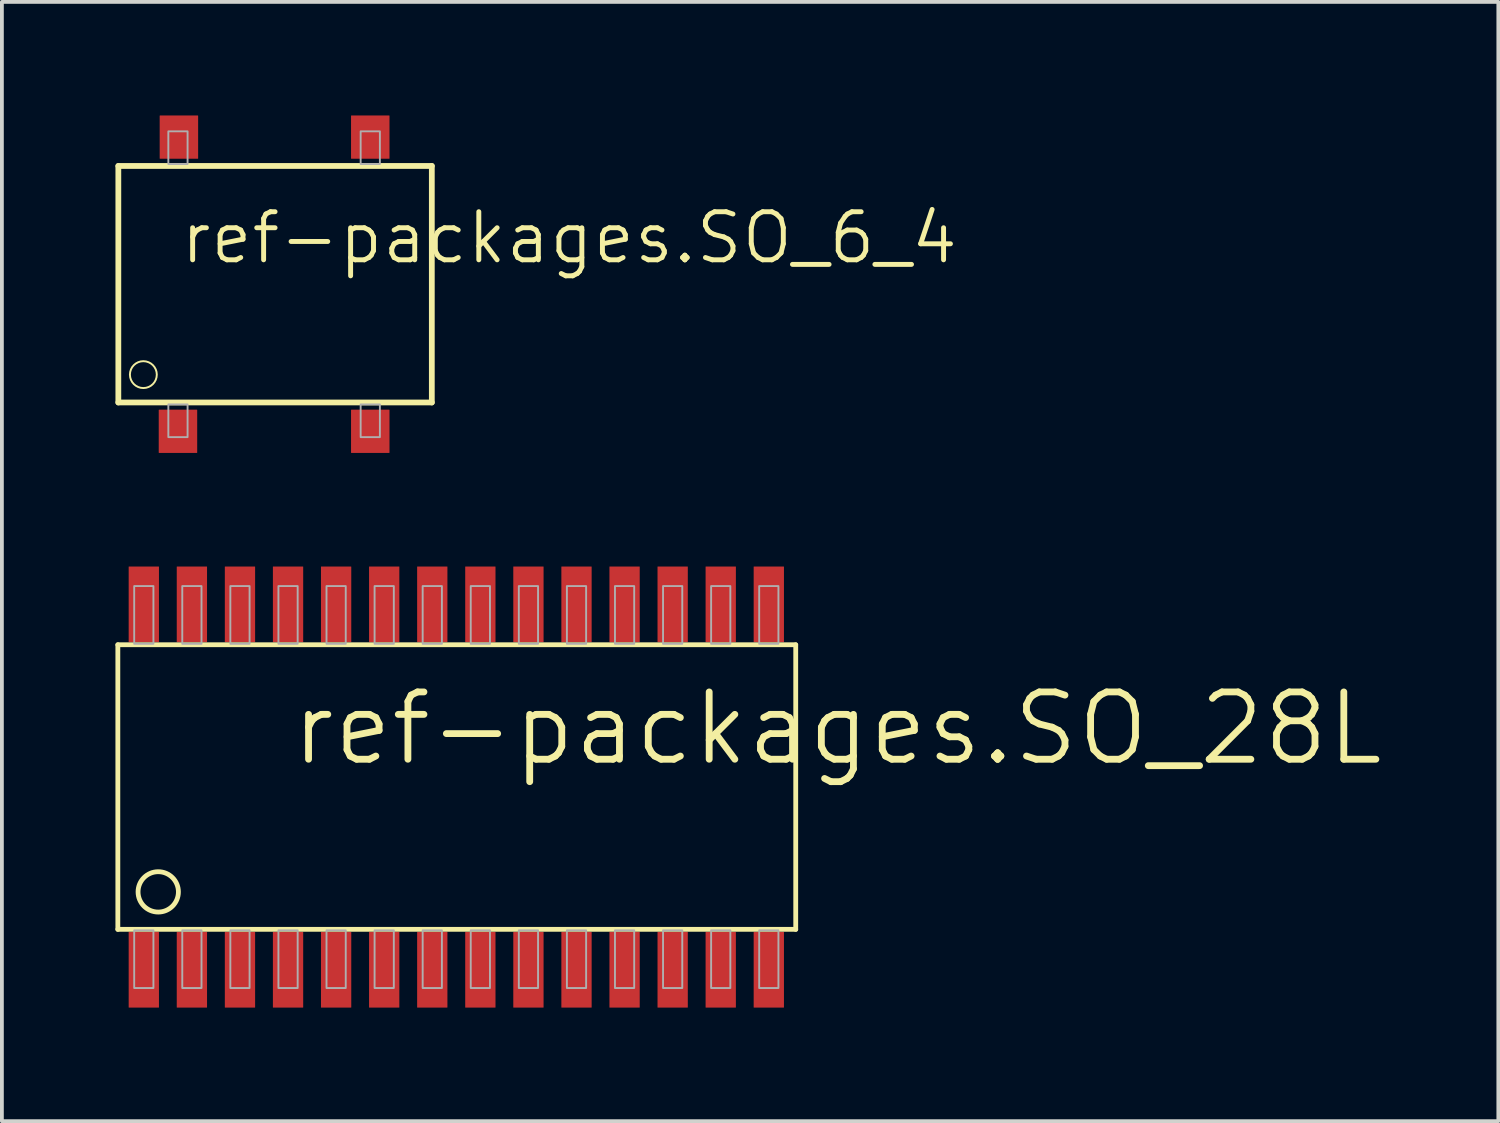
<source format=kicad_pcb>
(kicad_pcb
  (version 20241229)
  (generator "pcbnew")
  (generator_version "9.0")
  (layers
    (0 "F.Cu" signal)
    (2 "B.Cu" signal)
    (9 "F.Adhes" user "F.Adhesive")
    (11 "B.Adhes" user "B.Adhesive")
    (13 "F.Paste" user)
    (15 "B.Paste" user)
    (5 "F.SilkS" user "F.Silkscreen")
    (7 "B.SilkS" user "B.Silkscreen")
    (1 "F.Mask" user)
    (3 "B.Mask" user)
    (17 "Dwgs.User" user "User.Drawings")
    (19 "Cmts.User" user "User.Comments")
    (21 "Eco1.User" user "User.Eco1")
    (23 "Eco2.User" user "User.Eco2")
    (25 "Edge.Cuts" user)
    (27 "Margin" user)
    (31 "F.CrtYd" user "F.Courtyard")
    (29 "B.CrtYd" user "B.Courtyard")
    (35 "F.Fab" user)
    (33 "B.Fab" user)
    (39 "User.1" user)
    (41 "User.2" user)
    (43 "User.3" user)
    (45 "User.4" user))
  (footprint "ref-packages.SO_6_4"
    (layer "F.Cu")
    (at 4.191 4.458)
    (property "Reference" "ref-packages.SO_6_4" (at -2.54 -0.483 0) (layer "F.SilkS") (effects (font (size 1.27 1.27) (thickness 0.13)) (justify left bottom)))
    (attr smd)
    (fp_line (start -4.115 -3.124) (end -4.115 3.124) (stroke (width 0.152) (type default)) (layer "F.SilkS"))
    (fp_line (start -4.115 3.124) (end 4.166 3.124) (stroke (width 0.152) (type default)) (layer "F.SilkS"))
    (fp_line (start 4.166 -3.124) (end -4.115 -3.124) (stroke (width 0.152) (type default)) (layer "F.SilkS"))
    (fp_line (start 4.166 3.124) (end 4.166 -3.124) (stroke (width 0.152) (type default)) (layer "F.SilkS"))
    (fp_circle (center -3.454 2.388) (end -3.099 2.388) (stroke (width 0.051) (type default)) (fill no) (layer "F.SilkS"))
    (fp_rect (start -2.794 -3.175) (end -2.286 -4.039) (stroke (width 0.05) (type default)) (fill no) (layer "F.Fab"))
    (fp_rect (start -2.794 4.039) (end -2.286 3.175) (stroke (width 0.05) (type default)) (fill no) (layer "F.Fab"))
    (fp_rect (start 2.286 -3.175) (end 2.794 -4.039) (stroke (width 0.05) (type default)) (fill no) (layer "F.Fab"))
    (fp_rect (start 2.286 4.039) (end 2.794 3.175) (stroke (width 0.05) (type default)) (fill no) (layer "F.Fab"))
    (pad "1" smd roundrect (at -2.54 3.886) (size 1.016 1.143) (layers "F.Cu" "F.Mask" "F.Paste") (roundrect_rratio 0.01))
    (pad "2" smd roundrect (at 2.54 3.886) (size 1.016 1.143) (layers "F.Cu" "F.Mask" "F.Paste") (roundrect_rratio 0.01))
    (pad "3" smd roundrect (at 2.54 -3.886) (size 1.016 1.143) (layers "F.Cu" "F.Mask" "F.Paste") (roundrect_rratio 0.01))
    (pad "4" smd roundrect (at -2.515 -3.886) (size 1.016 1.143) (layers "F.Cu" "F.Mask" "F.Paste") (roundrect_rratio 0.01)))
  (footprint "ref-packages.SO_28L"
    (layer "F.Cu")
    (at 9.004 17.741)
    (property "Reference" "ref-packages.SO_28L" (at -4.445 -0.508 0) (layer "F.SilkS") (effects (font (size 1.778 1.778) (thickness 0.18)) (justify left bottom)))
    (attr smd)
    (fp_line (start -8.941 -3.759) (end -8.941 3.759) (stroke (width 0.127) (type default)) (layer "F.SilkS"))
    (fp_line (start -8.941 3.759) (end 8.966 3.759) (stroke (width 0.127) (type default)) (layer "F.SilkS"))
    (fp_line (start 8.966 -3.759) (end -8.941 -3.759) (stroke (width 0.127) (type default)) (layer "F.SilkS"))
    (fp_line (start 8.966 3.759) (end 8.966 -3.759) (stroke (width 0.127) (type default)) (layer "F.SilkS"))
    (fp_circle (center -7.874 2.769) (end -7.341 2.769) (stroke (width 0.127) (type default)) (fill no) (layer "F.SilkS"))
    (fp_rect (start -8.509 -3.785) (end -8.001 -5.309) (stroke (width 0.05) (type default)) (fill no) (layer "F.Fab"))
    (fp_rect (start -8.509 5.309) (end -8.001 3.785) (stroke (width 0.05) (type default)) (fill no) (layer "F.Fab"))
    (fp_rect (start -7.239 -3.785) (end -6.731 -5.309) (stroke (width 0.05) (type default)) (fill no) (layer "F.Fab"))
    (fp_rect (start -7.239 5.309) (end -6.731 3.785) (stroke (width 0.05) (type default)) (fill no) (layer "F.Fab"))
    (fp_rect (start -5.969 -3.785) (end -5.461 -5.309) (stroke (width 0.05) (type default)) (fill no) (layer "F.Fab"))
    (fp_rect (start -5.969 5.309) (end -5.461 3.785) (stroke (width 0.05) (type default)) (fill no) (layer "F.Fab"))
    (fp_rect (start -4.699 -3.785) (end -4.191 -5.309) (stroke (width 0.05) (type default)) (fill no) (layer "F.Fab"))
    (fp_rect (start -4.699 5.309) (end -4.191 3.785) (stroke (width 0.05) (type default)) (fill no) (layer "F.Fab"))
    (fp_rect (start -3.429 -3.785) (end -2.921 -5.309) (stroke (width 0.05) (type default)) (fill no) (layer "F.Fab"))
    (fp_rect (start -3.429 5.309) (end -2.921 3.785) (stroke (width 0.05) (type default)) (fill no) (layer "F.Fab"))
    (fp_rect (start -2.159 -3.785) (end -1.651 -5.309) (stroke (width 0.05) (type default)) (fill no) (layer "F.Fab"))
    (fp_rect (start -2.159 5.309) (end -1.651 3.785) (stroke (width 0.05) (type default)) (fill no) (layer "F.Fab"))
    (fp_rect (start -0.889 -3.785) (end -0.381 -5.309) (stroke (width 0.05) (type default)) (fill no) (layer "F.Fab"))
    (fp_rect (start -0.889 5.309) (end -0.381 3.785) (stroke (width 0.05) (type default)) (fill no) (layer "F.Fab"))
    (fp_rect (start 0.381 -3.785) (end 0.889 -5.309) (stroke (width 0.05) (type default)) (fill no) (layer "F.Fab"))
    (fp_rect (start 0.381 5.309) (end 0.889 3.785) (stroke (width 0.05) (type default)) (fill no) (layer "F.Fab"))
    (fp_rect (start 1.651 -3.785) (end 2.159 -5.309) (stroke (width 0.05) (type default)) (fill no) (layer "F.Fab"))
    (fp_rect (start 1.651 5.309) (end 2.159 3.785) (stroke (width 0.05) (type default)) (fill no) (layer "F.Fab"))
    (fp_rect (start 2.921 -3.785) (end 3.429 -5.309) (stroke (width 0.05) (type default)) (fill no) (layer "F.Fab"))
    (fp_rect (start 2.921 5.309) (end 3.429 3.785) (stroke (width 0.05) (type default)) (fill no) (layer "F.Fab"))
    (fp_rect (start 4.191 -3.785) (end 4.699 -5.309) (stroke (width 0.05) (type default)) (fill no) (layer "F.Fab"))
    (fp_rect (start 4.191 5.309) (end 4.699 3.785) (stroke (width 0.05) (type default)) (fill no) (layer "F.Fab"))
    (fp_rect (start 5.461 -3.785) (end 5.969 -5.309) (stroke (width 0.05) (type default)) (fill no) (layer "F.Fab"))
    (fp_rect (start 5.461 5.309) (end 5.969 3.785) (stroke (width 0.05) (type default)) (fill no) (layer "F.Fab"))
    (fp_rect (start 6.731 -3.785) (end 7.239 -5.309) (stroke (width 0.05) (type default)) (fill no) (layer "F.Fab"))
    (fp_rect (start 6.731 5.309) (end 7.239 3.785) (stroke (width 0.05) (type default)) (fill no) (layer "F.Fab"))
    (fp_rect (start 8.001 -3.785) (end 8.509 -5.309) (stroke (width 0.05) (type default)) (fill no) (layer "F.Fab"))
    (fp_rect (start 8.001 5.309) (end 8.509 3.785) (stroke (width 0.05) (type default)) (fill no) (layer "F.Fab"))
    (pad "1" smd roundrect (at -8.255 4.826) (size 0.8 2) (layers "F.Cu" "F.Mask" "F.Paste") (roundrect_rratio 0.01))
    (pad "2" smd roundrect (at -6.985 4.826) (size 0.8 2) (layers "F.Cu" "F.Mask" "F.Paste") (roundrect_rratio 0.01))
    (pad "3" smd roundrect (at -5.715 4.826) (size 0.8 2) (layers "F.Cu" "F.Mask" "F.Paste") (roundrect_rratio 0.01))
    (pad "4" smd roundrect (at -4.445 4.826) (size 0.8 2) (layers "F.Cu" "F.Mask" "F.Paste") (roundrect_rratio 0.01))
    (pad "5" smd roundrect (at -3.175 4.826) (size 0.8 2) (layers "F.Cu" "F.Mask" "F.Paste") (roundrect_rratio 0.01))
    (pad "6" smd roundrect (at -1.905 4.826) (size 0.8 2) (layers "F.Cu" "F.Mask" "F.Paste") (roundrect_rratio 0.01))
    (pad "7" smd roundrect (at -0.635 4.826) (size 0.8 2) (layers "F.Cu" "F.Mask" "F.Paste") (roundrect_rratio 0.01))
    (pad "8" smd roundrect (at 0.635 4.826) (size 0.8 2) (layers "F.Cu" "F.Mask" "F.Paste") (roundrect_rratio 0.01))
    (pad "9" smd roundrect (at 1.905 4.826) (size 0.8 2) (layers "F.Cu" "F.Mask" "F.Paste") (roundrect_rratio 0.01))
    (pad "10" smd roundrect (at 3.175 4.826) (size 0.8 2) (layers "F.Cu" "F.Mask" "F.Paste") (roundrect_rratio 0.01))
    (pad "11" smd roundrect (at 4.445 4.826) (size 0.8 2) (layers "F.Cu" "F.Mask" "F.Paste") (roundrect_rratio 0.01))
    (pad "12" smd roundrect (at 5.715 4.826) (size 0.8 2) (layers "F.Cu" "F.Mask" "F.Paste") (roundrect_rratio 0.01))
    (pad "13" smd roundrect (at 6.985 4.826) (size 0.8 2) (layers "F.Cu" "F.Mask" "F.Paste") (roundrect_rratio 0.01))
    (pad "14" smd roundrect (at 8.255 4.826) (size 0.8 2) (layers "F.Cu" "F.Mask" "F.Paste") (roundrect_rratio 0.01))
    (pad "15" smd roundrect (at 8.255 -4.826) (size 0.8 2) (layers "F.Cu" "F.Mask" "F.Paste") (roundrect_rratio 0.01))
    (pad "16" smd roundrect (at 6.985 -4.826) (size 0.8 2) (layers "F.Cu" "F.Mask" "F.Paste") (roundrect_rratio 0.01))
    (pad "17" smd roundrect (at 5.715 -4.826) (size 0.8 2) (layers "F.Cu" "F.Mask" "F.Paste") (roundrect_rratio 0.01))
    (pad "18" smd roundrect (at 4.445 -4.826) (size 0.8 2) (layers "F.Cu" "F.Mask" "F.Paste") (roundrect_rratio 0.01))
    (pad "19" smd roundrect (at 3.175 -4.826) (size 0.8 2) (layers "F.Cu" "F.Mask" "F.Paste") (roundrect_rratio 0.01))
    (pad "20" smd roundrect (at 1.905 -4.826) (size 0.8 2) (layers "F.Cu" "F.Mask" "F.Paste") (roundrect_rratio 0.01))
    (pad "21" smd roundrect (at 0.635 -4.826) (size 0.8 2) (layers "F.Cu" "F.Mask" "F.Paste") (roundrect_rratio 0.01))
    (pad "22" smd roundrect (at -0.635 -4.826) (size 0.8 2) (layers "F.Cu" "F.Mask" "F.Paste") (roundrect_rratio 0.01))
    (pad "23" smd roundrect (at -1.905 -4.826) (size 0.8 2) (layers "F.Cu" "F.Mask" "F.Paste") (roundrect_rratio 0.01))
    (pad "24" smd roundrect (at -3.175 -4.826) (size 0.8 2) (layers "F.Cu" "F.Mask" "F.Paste") (roundrect_rratio 0.01))
    (pad "25" smd roundrect (at -4.445 -4.826) (size 0.8 2) (layers "F.Cu" "F.Mask" "F.Paste") (roundrect_rratio 0.01))
    (pad "26" smd roundrect (at -5.715 -4.826) (size 0.8 2) (layers "F.Cu" "F.Mask" "F.Paste") (roundrect_rratio 0.01))
    (pad "27" smd roundrect (at -6.985 -4.826) (size 0.8 2) (layers "F.Cu" "F.Mask" "F.Paste") (roundrect_rratio 0.01))
    (pad "28" smd roundrect (at -8.255 -4.826) (size 0.8 2) (layers "F.Cu" "F.Mask" "F.Paste") (roundrect_rratio 0.01)))
  (gr_rect
    (start -3 -3)
    (end 36.53 26.567)
    (stroke (width 0.1) (type default))
    (fill no)
    (layer "Edge.Cuts")))
</source>
